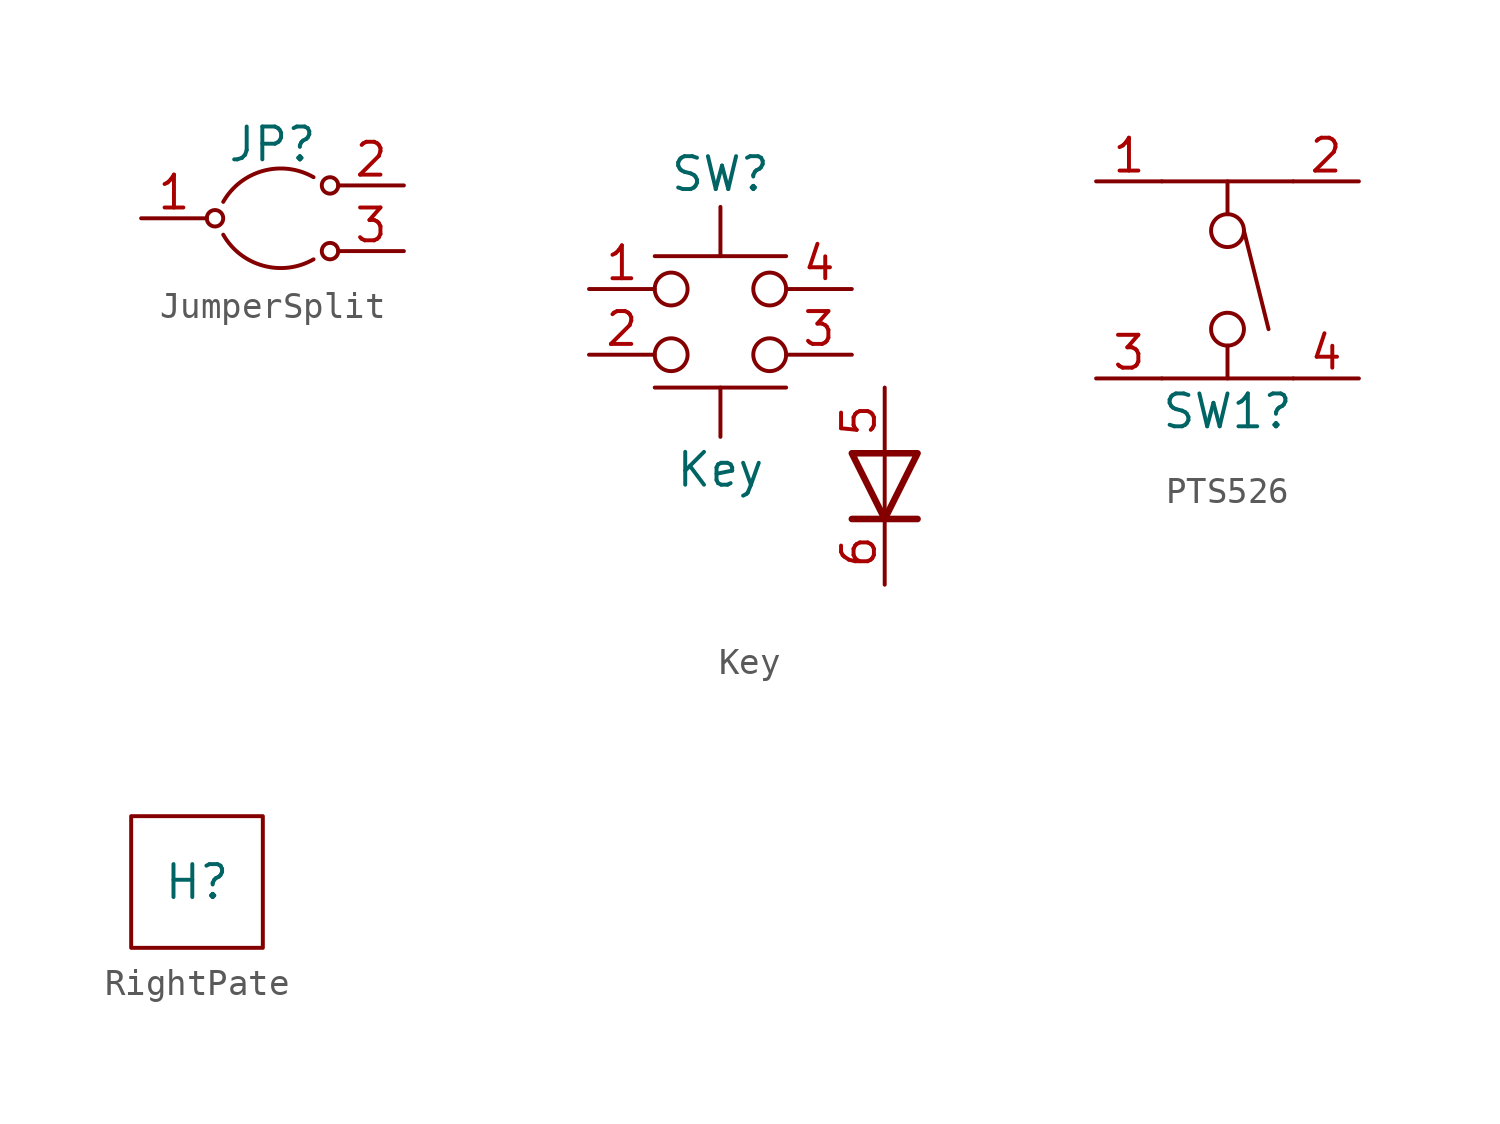
<source format=kicad_sym>
(kicad_symbol_lib
  (version 20220914)
  (generator kicad_symbol_editor)
  (symbol "JumperSplit"
    (property "Reference" "JP"
      (at 0 2.857 0)
      (do_not_autoplace)
      (effects (font (size 1.27 1.27))))
    (symbol "JumperSplit_0_1"
      (circle (center -2.223 0) (radius 0.318) (stroke (width 0) (type default)) (fill (type none)))
      (arc (start -1.905 -0.635) (mid -0.356 -1.8346) (end 1.5875 -1.5875) (stroke (width 0) (type default)) (fill (type none)))
      (arc (start 1.5875 1.5875) (mid -0.356 1.8346) (end -1.905 0.635) (stroke (width 0) (type default)) (fill (type none)))
      (circle (center 2.223 -1.27) (radius 0.318) (stroke (width 0) (type default)) (fill (type none)))
      (circle (center 2.223 1.27) (radius 0.318) (stroke (width 0) (type default)) (fill (type none))))
    (symbol "JumperSplit_1_1"
      (pin passive line (at -5.08 0 0) (length 2.54) (name "" (effects (font (size 1.27 1.27)))) (number "1" (effects (font (size 1.27 1.27)))))
      (pin passive line (at 5.08 1.27 180) (length 2.54) (name "" (effects (font (size 1.27 1.27)))) (number "2" (effects (font (size 1.27 1.27)))))
      (pin passive line (at 5.08 -1.27 180) (length 2.54) (name "" (effects (font (size 1.27 1.27)))) (number "3" (effects (font (size 1.27 1.27)))))))
  (symbol "Key"
    (property "Reference" "SW"
      (at 0 5.715 0)
      (do_not_autoplace)
      (effects (font (size 1.27 1.27))))
    (property "Value" "Key"
      (at 0 -5.715 0)
      (do_not_autoplace)
      (effects (font (size 1.27 1.27))))
    (symbol "Key_0_1"
      (circle (center -1.905 -1.27) (radius 0.635) (stroke (width 0) (type default)) (fill (type none)))
      (circle (center -1.905 1.27) (radius 0.635) (stroke (width 0) (type default)) (fill (type none)))
      (polyline (pts (xy -2.54 -2.54) (xy 2.54 -2.54)) (stroke (width 0) (type default)) (fill (type none)))
      (polyline (pts (xy -2.54 2.54) (xy 2.54 2.54)) (stroke (width 0) (type default)) (fill (type none)))
      (polyline (pts (xy 0 -4.445) (xy 0 -2.54)) (stroke (width 0) (type default)) (fill (type none)))
      (polyline (pts (xy 0 2.54) (xy 0 4.445)) (stroke (width 0) (type default)) (fill (type none)))
      (polyline (pts (xy 5.08 -7.62) (xy 7.62 -7.62)) (stroke (width 0.254) (type default)) (fill (type none)))
      (polyline (pts (xy 6.35 -5.08) (xy 6.35 -7.62)) (stroke (width 0) (type default)) (fill (type none)))
      (polyline (pts (xy 5.08 -5.08) (xy 7.62 -5.08) (xy 6.35 -7.62) (xy 5.08 -5.08)) (stroke (width 0.254) (type default)) (fill (type none)))
      (circle (center 1.905 -1.27) (radius 0.635) (stroke (width 0) (type default)) (fill (type none)))
      (circle (center 1.905 1.27) (radius 0.635) (stroke (width 0) (type default)) (fill (type none))))
    (symbol "Key_1_1"
      (pin bidirectional line (at -5.08 1.27 0) (length 2.54) (name "" (effects (font (size 1.27 1.27)))) (number "1" (effects (font (size 1.27 1.27)))))
      (pin bidirectional line (at -5.08 -1.27 0) (length 2.54) (name "" (effects (font (size 1.27 1.27)))) (number "2" (effects (font (size 1.27 1.27)))))
      (pin bidirectional line (at 5.08 -1.27 180) (length 2.54) (name "" (effects (font (size 1.27 1.27)))) (number "3" (effects (font (size 1.27 1.27)))))
      (pin bidirectional line (at 5.08 1.27 180) (length 2.54) (name "" (effects (font (size 1.27 1.27)))) (number "4" (effects (font (size 1.27 1.27)))))
      (pin bidirectional line (at 6.35 -2.54 270) (length 2.54) (name "" (effects (font (size 1.27 1.27)))) (number "5" (effects (font (size 1.27 1.27)))))
      (pin bidirectional line (at 6.35 -10.16 90) (length 2.54) (name "" (effects (font (size 1.27 1.27)))) (number "6" (effects (font (size 1.27 1.27)))))))
  (symbol "PTS526"
    (pin_names
      (offset 1.016) hide)
    (property "Reference" "SW1"
      (at 0 -5.08 0)
      (effects (font (size 1.27 1.27))))
    (symbol "PTS526_0_1"
      (circle (center 0 -1.905) (radius 0.635) (stroke (width 0) (type default)) (fill (type none)))
      (polyline (pts (xy -2.54 -3.81) (xy 2.54 -3.81)) (stroke (width 0) (type default)) (fill (type none)))
      (polyline (pts (xy -2.54 3.81) (xy 2.54 3.81)) (stroke (width 0) (type default)) (fill (type none)))
      (polyline (pts (xy 0 -2.54) (xy 0 -3.81)) (stroke (width 0) (type default)) (fill (type none)))
      (polyline (pts (xy 0 2.54) (xy 0 3.81)) (stroke (width 0) (type default)) (fill (type none)))
      (polyline (pts (xy 1.587 -1.905) (xy 0.635 1.905)) (stroke (width 0) (type default)) (fill (type none)))
      (circle (center 0 1.905) (radius 0.635) (stroke (width 0) (type default)) (fill (type none)))
      (pin passive line (at -5.08 3.81 0) (length 2.54) (name "1" (effects (font (size 1.27 1.27)))) (number "1" (effects (font (size 1.27 1.27))))))
    (symbol "PTS526_1_1"
      (pin passive line (at 5.08 3.81 180) (length 2.54) (name "2" (effects (font (size 1.27 1.27)))) (number "2" (effects (font (size 1.27 1.27)))))
      (pin passive line (at -5.08 -3.81 0) (length 2.54) (name "3" (effects (font (size 1.27 1.27)))) (number "3" (effects (font (size 1.27 1.27)))))
      (pin passive line (at 5.08 -3.81 180) (length 2.54) (name "4" (effects (font (size 1.27 1.27)))) (number "4" (effects (font (size 1.27 1.27)))))))
  (symbol "RightPate"
    (property "Reference" "H"
      (at 0 0 0)
      (do_not_autoplace)
      (effects (font (size 1.27 1.27))))
    (symbol "RightPate_0_1"
      (rectangle (start -2.54 2.54) (end 2.54 -2.54) (stroke (width 0) (type default)) (fill (type none))))))
</source>
